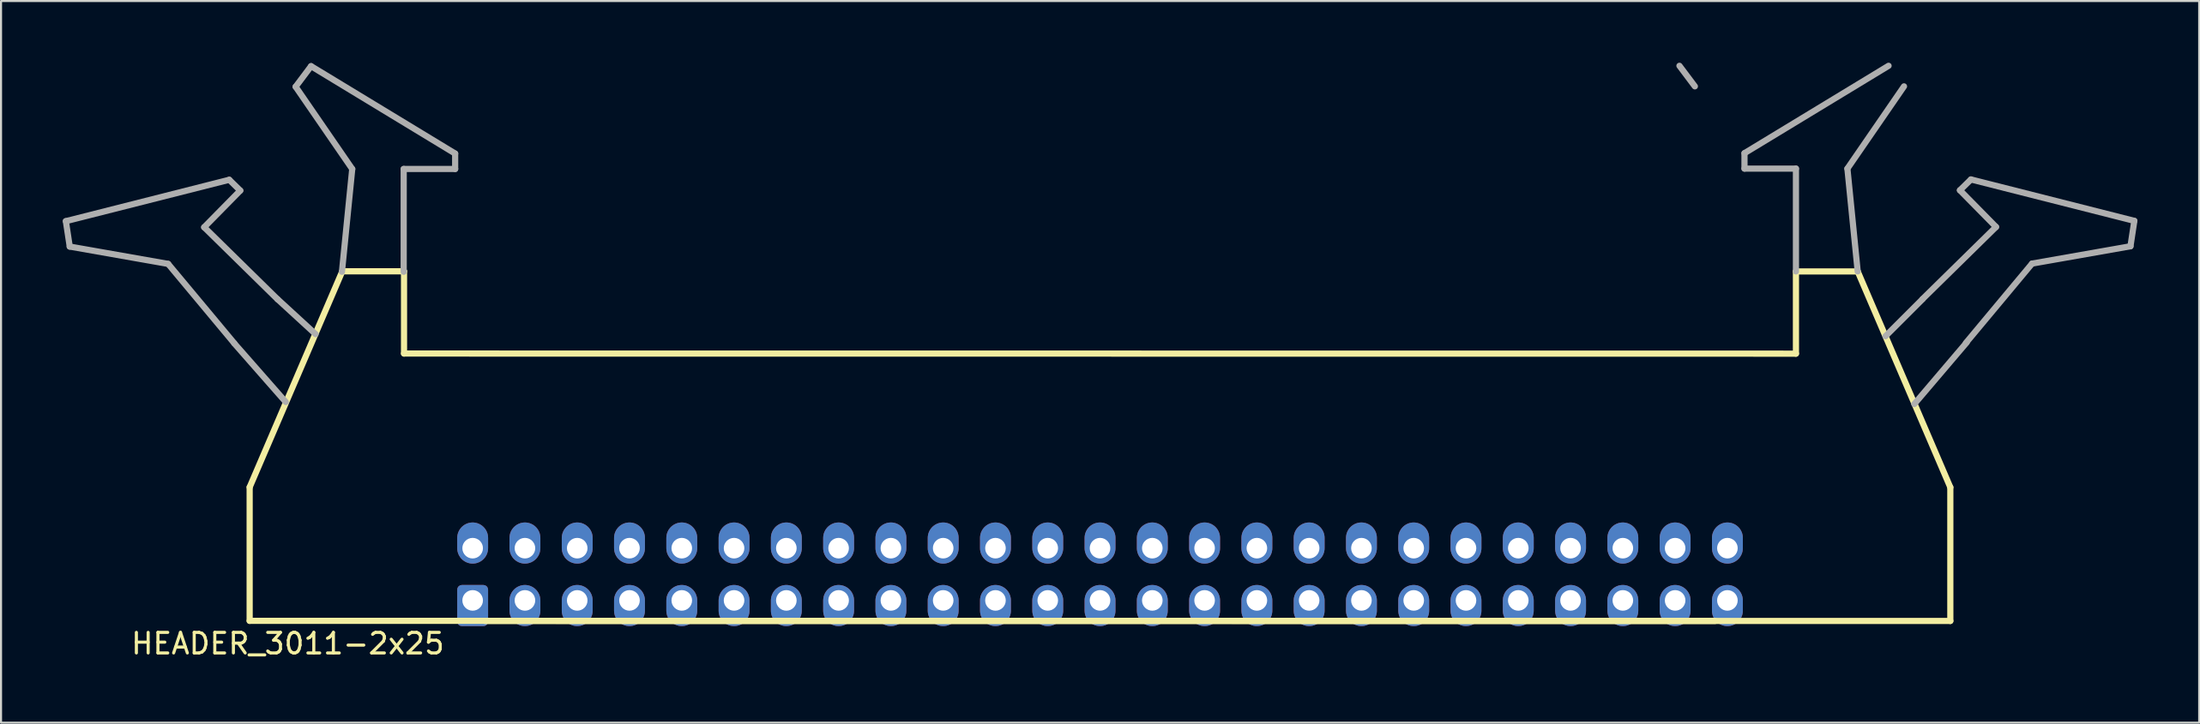
<source format=kicad_pcb>
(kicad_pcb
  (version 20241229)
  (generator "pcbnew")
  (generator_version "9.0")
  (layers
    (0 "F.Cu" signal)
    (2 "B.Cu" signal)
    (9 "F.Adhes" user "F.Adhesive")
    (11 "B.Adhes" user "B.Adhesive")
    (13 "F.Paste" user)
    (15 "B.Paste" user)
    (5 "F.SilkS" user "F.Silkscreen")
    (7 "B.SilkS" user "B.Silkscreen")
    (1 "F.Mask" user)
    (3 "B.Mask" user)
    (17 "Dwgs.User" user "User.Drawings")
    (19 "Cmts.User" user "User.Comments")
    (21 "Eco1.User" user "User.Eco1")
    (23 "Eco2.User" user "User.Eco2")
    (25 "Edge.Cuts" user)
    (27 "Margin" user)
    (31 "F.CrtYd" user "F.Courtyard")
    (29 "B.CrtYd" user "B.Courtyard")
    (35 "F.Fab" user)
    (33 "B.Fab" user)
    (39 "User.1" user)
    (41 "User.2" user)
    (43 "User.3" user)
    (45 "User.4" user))
  (footprint "HEADER_3011-2x25"
    (layer "F.Cu")
    (at 50.393 26.15)
    (property "Reference" "HEADER_3011-2x25" (at -39.46 2.1 0) (layer "F.SilkS") (effects (font (size 1 1) (thickness 0.15))))
    (attr through_hole)
    (fp_line (start -41.314 -5.506) (end -36.814 -16.006) (stroke (width 0.3) (type solid)) (layer "F.SilkS"))
    (fp_line (start -41.314 0.994) (end -41.314 -5.506) (stroke (width 0.3) (type solid)) (layer "F.SilkS"))
    (fp_line (start -41.314 0.994) (end 29.88 1) (stroke (width 0.3) (type solid)) (layer "F.SilkS"))
    (fp_line (start -36.814 -16.006) (end -33.814 -16.006) (stroke (width 0.3) (type solid)) (layer "F.SilkS"))
    (fp_line (start -33.814 -16.006) (end -33.814 -12.006) (stroke (width 0.3) (type solid)) (layer "F.SilkS"))
    (fp_line (start -29.88 1) (end 41.31 1) (stroke (width 0.3) (type solid)) (layer "F.SilkS"))
    (fp_line (start 33.81 -16) (end 33.81 -12) (stroke (width 0.3) (type solid)) (layer "F.SilkS"))
    (fp_line (start 33.81 -12) (end -33.814 -12.006) (stroke (width 0.3) (type solid)) (layer "F.SilkS"))
    (fp_line (start 36.81 -16) (end 33.81 -16) (stroke (width 0.3) (type solid)) (layer "F.SilkS"))
    (fp_line (start 41.31 -5.5) (end 36.81 -16) (stroke (width 0.3) (type solid)) (layer "F.SilkS"))
    (fp_line (start 41.31 1) (end 41.31 -5.5) (stroke (width 0.3) (type solid)) (layer "F.SilkS"))
    (fp_line (start -50.243 -18.444) (end -50.055 -17.208) (stroke (width 0.3) (type solid)) (layer "F.Fab"))
    (fp_line (start -50.055 -17.208) (end -45.275 -16.366) (stroke (width 0.3) (type solid)) (layer "F.Fab"))
    (fp_line (start -45.275 -16.366) (end -42.059 -12.504) (stroke (width 0.3) (type solid)) (layer "F.Fab"))
    (fp_line (start -43.523 -18.149) (end -41.77 -19.932) (stroke (width 0.3) (type solid)) (layer "F.Fab"))
    (fp_line (start -42.305 -20.457) (end -50.243 -18.444) (stroke (width 0.3) (type solid)) (layer "F.Fab"))
    (fp_line (start -42.06 -12.5) (end -39.56 -9.65) (stroke (width 0.3) (type solid)) (layer "F.Fab"))
    (fp_line (start -41.77 -19.932) (end -42.305 -20.457) (stroke (width 0.3) (type solid)) (layer "F.Fab"))
    (fp_line (start -39.96 -14.65) (end -38.11 -12.95) (stroke (width 0.3) (type solid)) (layer "F.Fab"))
    (fp_line (start -39.956 -14.644) (end -43.523 -18.149) (stroke (width 0.3) (type solid)) (layer "F.Fab"))
    (fp_line (start -39.08 -24.982) (end -36.33 -20.982) (stroke (width 0.3) (type solid)) (layer "F.Fab"))
    (fp_line (start -38.33 -25.982) (end -39.08 -24.982) (stroke (width 0.3) (type solid)) (layer "F.Fab"))
    (fp_line (start -36.33 -20.982) (end -36.83 -15.982) (stroke (width 0.3) (type solid)) (layer "F.Fab"))
    (fp_line (start -33.83 -20.982) (end -31.33 -20.982) (stroke (width 0.3) (type solid)) (layer "F.Fab"))
    (fp_line (start -33.83 -15.982) (end -33.83 -20.982) (stroke (width 0.3) (type solid)) (layer "F.Fab"))
    (fp_line (start -31.33 -21.732) (end -38.33 -25.982) (stroke (width 0.3) (type solid)) (layer "F.Fab"))
    (fp_line (start -31.33 -20.982) (end -31.33 -21.732) (stroke (width 0.3) (type solid)) (layer "F.Fab"))
    (fp_line (start 28.15 -26) (end 28.9 -25) (stroke (width 0.3) (type solid)) (layer "F.Fab"))
    (fp_line (start 31.31 -21.75) (end 38.31 -26) (stroke (width 0.3) (type solid)) (layer "F.Fab"))
    (fp_line (start 31.31 -21) (end 31.31 -21.75) (stroke (width 0.3) (type solid)) (layer "F.Fab"))
    (fp_line (start 33.81 -21) (end 31.31 -21) (stroke (width 0.3) (type solid)) (layer "F.Fab"))
    (fp_line (start 33.81 -16) (end 33.81 -21) (stroke (width 0.3) (type solid)) (layer "F.Fab"))
    (fp_line (start 36.31 -21) (end 36.81 -16) (stroke (width 0.3) (type solid)) (layer "F.Fab"))
    (fp_line (start 39.06 -25) (end 36.31 -21) (stroke (width 0.3) (type solid)) (layer "F.Fab"))
    (fp_line (start 39.96 -14.65) (end 38.16 -12.85) (stroke (width 0.3) (type solid)) (layer "F.Fab"))
    (fp_line (start 39.963 -14.659) (end 43.53 -18.164) (stroke (width 0.3) (type solid)) (layer "F.Fab"))
    (fp_line (start 41.777 -19.947) (end 42.312 -20.473) (stroke (width 0.3) (type solid)) (layer "F.Fab"))
    (fp_line (start 42.11 -12.55) (end 39.56 -9.55) (stroke (width 0.3) (type solid)) (layer "F.Fab"))
    (fp_line (start 42.312 -20.473) (end 50.25 -18.459) (stroke (width 0.3) (type solid)) (layer "F.Fab"))
    (fp_line (start 43.53 -18.164) (end 41.777 -19.947) (stroke (width 0.3) (type solid)) (layer "F.Fab"))
    (fp_line (start 45.282 -16.381) (end 42.066 -12.52) (stroke (width 0.3) (type solid)) (layer "F.Fab"))
    (fp_line (start 50.062 -17.223) (end 45.282 -16.381) (stroke (width 0.3) (type solid)) (layer "F.Fab"))
    (fp_line (start 50.25 -18.459) (end 50.062 -17.223) (stroke (width 0.3) (type solid)) (layer "F.Fab"))
    (pad "1" thru_hole roundrect (at -30.48 0) (size 1.5 2) (drill 1 (offset 0 0.25)) (layers "*.Cu" "*.Mask") (roundrect_rratio 0.15))
    (pad "2" thru_hole oval (at -30.48 -2.54 180) (size 1.5 2) (drill 1 (offset 0 0.25)) (layers "*.Cu" "*.Mask"))
    (pad "3" thru_hole oval (at -27.94 0) (size 1.5 2) (drill 1 (offset 0 0.25)) (layers "*.Cu" "*.Mask"))
    (pad "4" thru_hole oval (at -27.94 -2.54 180) (size 1.5 2) (drill 1 (offset 0 0.25)) (layers "*.Cu" "*.Mask"))
    (pad "5" thru_hole oval (at -25.4 0) (size 1.5 2) (drill 1 (offset 0 0.25)) (layers "*.Cu" "*.Mask"))
    (pad "6" thru_hole oval (at -25.4 -2.54 180) (size 1.5 2) (drill 1 (offset 0 0.25)) (layers "*.Cu" "*.Mask"))
    (pad "7" thru_hole oval (at -22.86 0) (size 1.5 2) (drill 1 (offset 0 0.25)) (layers "*.Cu" "*.Mask"))
    (pad "8" thru_hole oval (at -22.86 -2.54 180) (size 1.5 2) (drill 1 (offset 0 0.25)) (layers "*.Cu" "*.Mask"))
    (pad "9" thru_hole oval (at -20.32 0) (size 1.5 2) (drill 1 (offset 0 0.25)) (layers "*.Cu" "*.Mask"))
    (pad "10" thru_hole oval (at -20.32 -2.54 180) (size 1.5 2) (drill 1 (offset 0 0.25)) (layers "*.Cu" "*.Mask"))
    (pad "11" thru_hole oval (at -17.78 0) (size 1.5 2) (drill 1 (offset 0 0.25)) (layers "*.Cu" "*.Mask"))
    (pad "12" thru_hole oval (at -17.78 -2.54 180) (size 1.5 2) (drill 1 (offset 0 0.25)) (layers "*.Cu" "*.Mask"))
    (pad "13" thru_hole oval (at -15.24 0) (size 1.5 2) (drill 1 (offset 0 0.25)) (layers "*.Cu" "*.Mask"))
    (pad "14" thru_hole oval (at -15.24 -2.54 180) (size 1.5 2) (drill 1 (offset 0 0.25)) (layers "*.Cu" "*.Mask"))
    (pad "15" thru_hole oval (at -12.7 0) (size 1.5 2) (drill 1 (offset 0 0.25)) (layers "*.Cu" "*.Mask"))
    (pad "16" thru_hole oval (at -12.7 -2.54 180) (size 1.5 2) (drill 1 (offset 0 0.25)) (layers "*.Cu" "*.Mask"))
    (pad "17" thru_hole oval (at -10.16 0) (size 1.5 2) (drill 1 (offset 0 0.25)) (layers "*.Cu" "*.Mask"))
    (pad "18" thru_hole oval (at -10.16 -2.54 180) (size 1.5 2) (drill 1 (offset 0 0.25)) (layers "*.Cu" "*.Mask"))
    (pad "19" thru_hole oval (at -7.62 0) (size 1.5 2) (drill 1 (offset 0 0.25)) (layers "*.Cu" "*.Mask"))
    (pad "20" thru_hole oval (at -7.62 -2.54 180) (size 1.5 2) (drill 1 (offset 0 0.25)) (layers "*.Cu" "*.Mask"))
    (pad "21" thru_hole oval (at -5.08 0) (size 1.5 2) (drill 1 (offset 0 0.25)) (layers "*.Cu" "*.Mask"))
    (pad "22" thru_hole oval (at -5.08 -2.54 180) (size 1.5 2) (drill 1 (offset 0 0.25)) (layers "*.Cu" "*.Mask"))
    (pad "23" thru_hole oval (at -2.54 0) (size 1.5 2) (drill 1 (offset 0 0.25)) (layers "*.Cu" "*.Mask"))
    (pad "24" thru_hole oval (at -2.54 -2.54 180) (size 1.5 2) (drill 1 (offset 0 0.25)) (layers "*.Cu" "*.Mask"))
    (pad "25" thru_hole oval (at 0 0) (size 1.5 2) (drill 1 (offset 0 0.25)) (layers "*.Cu" "*.Mask"))
    (pad "26" thru_hole oval (at 0 -2.54 180) (size 1.5 2) (drill 1 (offset 0 0.25)) (layers "*.Cu" "*.Mask"))
    (pad "27" thru_hole oval (at 2.54 0) (size 1.5 2) (drill 1 (offset 0 0.25)) (layers "*.Cu" "*.Mask"))
    (pad "28" thru_hole oval (at 2.54 -2.54 180) (size 1.5 2) (drill 1 (offset 0 0.25)) (layers "*.Cu" "*.Mask"))
    (pad "29" thru_hole oval (at 5.08 0) (size 1.5 2) (drill 1 (offset 0 0.25)) (layers "*.Cu" "*.Mask"))
    (pad "30" thru_hole oval (at 5.08 -2.54 180) (size 1.5 2) (drill 1 (offset 0 0.25)) (layers "*.Cu" "*.Mask"))
    (pad "31" thru_hole oval (at 7.62 0) (size 1.5 2) (drill 1 (offset 0 0.25)) (layers "*.Cu" "*.Mask"))
    (pad "32" thru_hole oval (at 7.62 -2.54 180) (size 1.5 2) (drill 1 (offset 0 0.25)) (layers "*.Cu" "*.Mask"))
    (pad "33" thru_hole oval (at 10.16 0) (size 1.5 2) (drill 1 (offset 0 0.25)) (layers "*.Cu" "*.Mask"))
    (pad "34" thru_hole oval (at 10.16 -2.54 180) (size 1.5 2) (drill 1 (offset 0 0.25)) (layers "*.Cu" "*.Mask"))
    (pad "35" thru_hole oval (at 12.7 0) (size 1.5 2) (drill 1 (offset 0 0.25)) (layers "*.Cu" "*.Mask"))
    (pad "36" thru_hole oval (at 12.7 -2.54 180) (size 1.5 2) (drill 1 (offset 0 0.25)) (layers "*.Cu" "*.Mask"))
    (pad "37" thru_hole oval (at 15.24 0) (size 1.5 2) (drill 1 (offset 0 0.25)) (layers "*.Cu" "*.Mask"))
    (pad "38" thru_hole oval (at 15.24 -2.54 180) (size 1.5 2) (drill 1 (offset 0 0.25)) (layers "*.Cu" "*.Mask"))
    (pad "39" thru_hole oval (at 17.78 0) (size 1.5 2) (drill 1 (offset 0 0.25)) (layers "*.Cu" "*.Mask"))
    (pad "40" thru_hole oval (at 17.78 -2.54 180) (size 1.5 2) (drill 1 (offset 0 0.25)) (layers "*.Cu" "*.Mask"))
    (pad "41" thru_hole oval (at 20.32 0) (size 1.5 2) (drill 1 (offset 0 0.25)) (layers "*.Cu" "*.Mask"))
    (pad "42" thru_hole oval (at 20.32 -2.54 180) (size 1.5 2) (drill 1 (offset 0 0.25)) (layers "*.Cu" "*.Mask"))
    (pad "43" thru_hole oval (at 22.86 0) (size 1.5 2) (drill 1 (offset 0 0.25)) (layers "*.Cu" "*.Mask"))
    (pad "44" thru_hole oval (at 22.86 -2.54 180) (size 1.5 2) (drill 1 (offset 0 0.25)) (layers "*.Cu" "*.Mask"))
    (pad "45" thru_hole oval (at 25.4 0) (size 1.5 2) (drill 1 (offset 0 0.25)) (layers "*.Cu" "*.Mask"))
    (pad "46" thru_hole oval (at 25.4 -2.54 180) (size 1.5 2) (drill 1 (offset 0 0.25)) (layers "*.Cu" "*.Mask"))
    (pad "47" thru_hole oval (at 27.94 0) (size 1.5 2) (drill 1 (offset 0 0.25)) (layers "*.Cu" "*.Mask"))
    (pad "48" thru_hole oval (at 27.94 -2.54 180) (size 1.5 2) (drill 1 (offset 0 0.25)) (layers "*.Cu" "*.Mask"))
    (pad "49" thru_hole oval (at 30.48 0) (size 1.5 2) (drill 1 (offset 0 0.25)) (layers "*.Cu" "*.Mask"))
    (pad "50" thru_hole oval (at 30.48 -2.54 180) (size 1.5 2) (drill 1 (offset 0 0.25)) (layers "*.Cu" "*.Mask")))
  (gr_rect
    (start -3 -3)
    (end 103.793 32.098)
    (stroke (width 0.1) (type default))
    (fill no)
    (layer "Edge.Cuts")))
</source>
